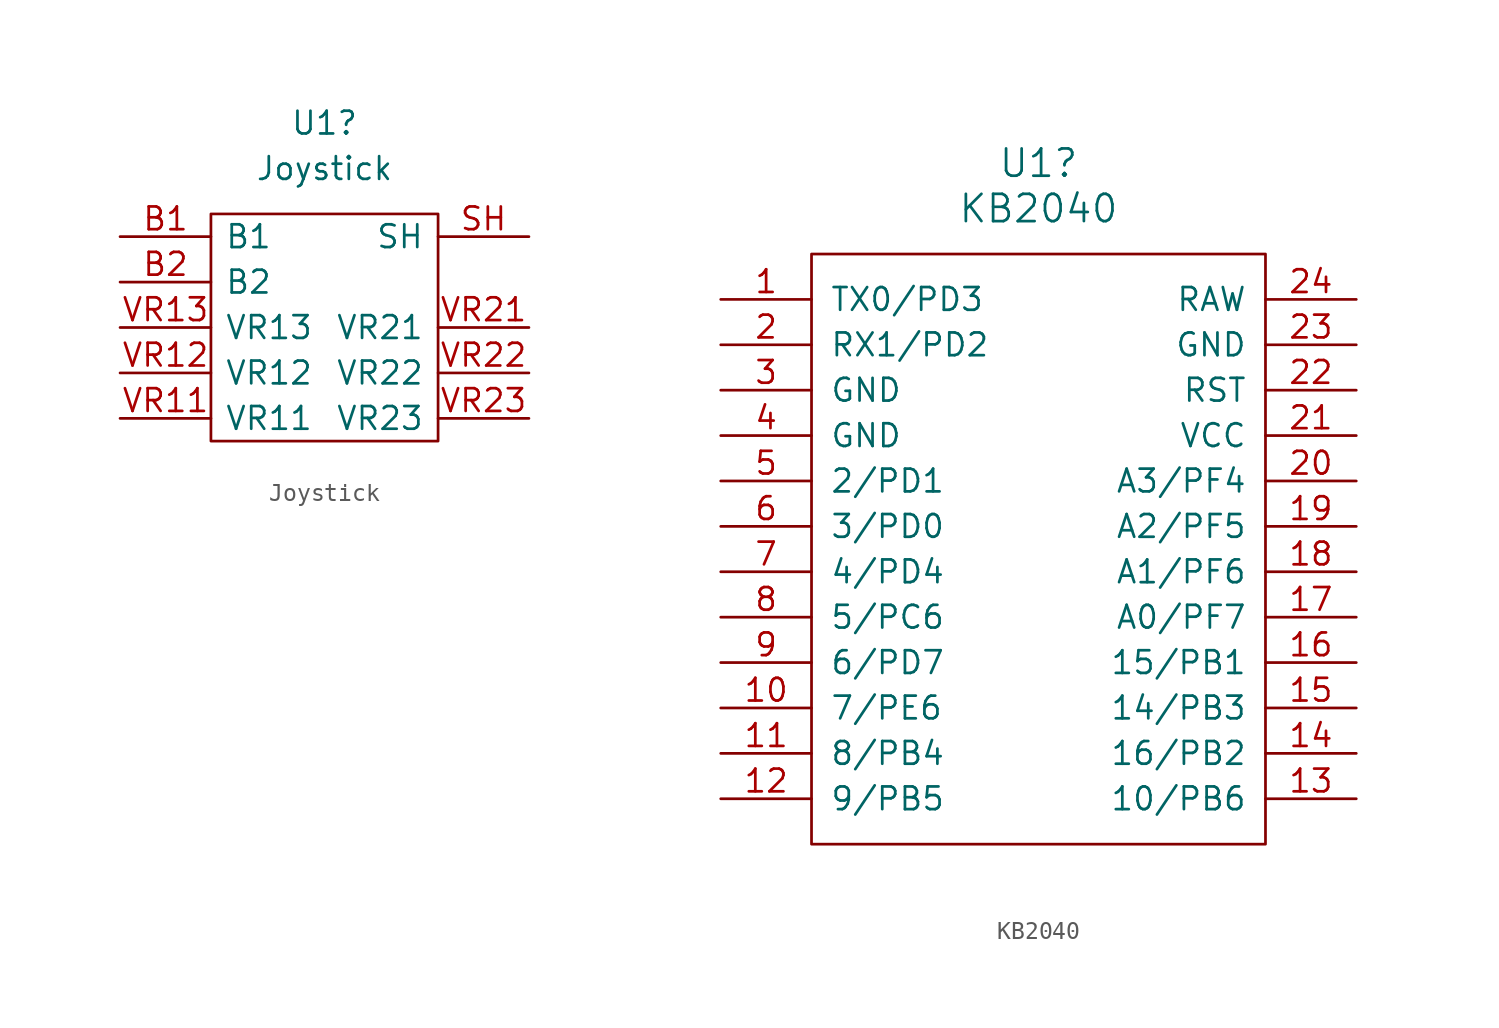
<source format=kicad_sym>
(kicad_symbol_lib
  (version 20220914)
  (generator kicad_symbol_editor)
  (symbol "Joystick"
    (pin_names
      (offset 0.762))
    (property "Reference" "U1"
      (at 0 11.43 0)
      (effects (font (size 1.27 1.27))))
    (property "Value" "Joystick"
      (at 0 8.89 0)
      (effects (font (size 1.27 1.27))))
    (symbol "Joystick_0_0"
      (pin passive line (at -11.43 -5.08 0) (length 5.08) (name "VR11" (effects (font (size 1.27 1.27)))) (number "VR11" (effects (font (size 1.27 1.27)))))
      (pin passive line (at -11.43 -2.54 0) (length 5.08) (name "VR12" (effects (font (size 1.27 1.27)))) (number "VR12" (effects (font (size 1.27 1.27)))))
      (pin passive line (at -11.43 0 0) (length 5.08) (name "VR13" (effects (font (size 1.27 1.27)))) (number "VR13" (effects (font (size 1.27 1.27)))))
      (pin passive line (at 11.43 0 180) (length 5.08) (name "VR21" (effects (font (size 1.27 1.27)))) (number "VR21" (effects (font (size 1.27 1.27)))))
      (pin passive line (at 11.43 -2.54 180) (length 5.08) (name "VR22" (effects (font (size 1.27 1.27)))) (number "VR22" (effects (font (size 1.27 1.27)))))
      (pin passive line (at 11.43 -5.08 180) (length 5.08) (name "VR23" (effects (font (size 1.27 1.27)))) (number "VR23" (effects (font (size 1.27 1.27))))))
    (symbol "Joystick_0_1"
      (polyline (pts (xy -6.35 6.35) (xy 6.35 6.35) (xy 6.35 -6.35) (xy -6.35 -6.35) (xy -6.35 6.35)) (stroke (width 0.152) (type solid)) (fill (type none))))
    (symbol "Joystick_1_0"
      (pin passive line (at -11.43 5.08 0) (length 5.08) (name "B1" (effects (font (size 1.27 1.27)))) (number "B1" (effects (font (size 1.27 1.27)))))
      (pin passive line (at -11.43 2.54 0) (length 5.08) (name "B2" (effects (font (size 1.27 1.27)))) (number "B2" (effects (font (size 1.27 1.27)))))
      (pin passive line (at 11.43 5.08 180) (length 5.08) (name "SH" (effects (font (size 1.27 1.27)))) (number "SH" (effects (font (size 1.27 1.27)))))))
  (symbol "KB2040"
    (pin_names
      (offset 1.016))
    (property "Reference" "U1"
      (at 0 21.59 0)
      (effects (font (size 1.524 1.524))))
    (property "Value" "KB2040"
      (at 0 19.05 0)
      (effects (font (size 1.524 1.524))))
    (symbol "KB2040_0_1"
      (rectangle (start -12.7 -16.51) (end 12.7 16.51) (stroke (width 0) (type default)) (fill (type none))))
    (symbol "KB2040_1_1"
      (pin input line (at -17.78 13.97 0) (length 5.08) (name "TX0/PD3" (effects (font (size 1.27 1.27)))) (number "1" (effects (font (size 1.27 1.27)))))
      (pin input line (at -17.78 -8.89 0) (length 5.08) (name "7/PE6" (effects (font (size 1.27 1.27)))) (number "10" (effects (font (size 1.27 1.27)))))
      (pin input line (at -17.78 -11.43 0) (length 5.08) (name "8/PB4" (effects (font (size 1.27 1.27)))) (number "11" (effects (font (size 1.27 1.27)))))
      (pin input line (at -17.78 -13.97 0) (length 5.08) (name "9/PB5" (effects (font (size 1.27 1.27)))) (number "12" (effects (font (size 1.27 1.27)))))
      (pin input line (at 17.78 -13.97 180) (length 5.08) (name "10/PB6" (effects (font (size 1.27 1.27)))) (number "13" (effects (font (size 1.27 1.27)))))
      (pin input line (at 17.78 -11.43 180) (length 5.08) (name "16/PB2" (effects (font (size 1.27 1.27)))) (number "14" (effects (font (size 1.27 1.27)))))
      (pin input line (at 17.78 -8.89 180) (length 5.08) (name "14/PB3" (effects (font (size 1.27 1.27)))) (number "15" (effects (font (size 1.27 1.27)))))
      (pin input line (at 17.78 -6.35 180) (length 5.08) (name "15/PB1" (effects (font (size 1.27 1.27)))) (number "16" (effects (font (size 1.27 1.27)))))
      (pin input line (at 17.78 -3.81 180) (length 5.08) (name "A0/PF7" (effects (font (size 1.27 1.27)))) (number "17" (effects (font (size 1.27 1.27)))))
      (pin input line (at 17.78 -1.27 180) (length 5.08) (name "A1/PF6" (effects (font (size 1.27 1.27)))) (number "18" (effects (font (size 1.27 1.27)))))
      (pin input line (at 17.78 1.27 180) (length 5.08) (name "A2/PF5" (effects (font (size 1.27 1.27)))) (number "19" (effects (font (size 1.27 1.27)))))
      (pin input line (at -17.78 11.43 0) (length 5.08) (name "RX1/PD2" (effects (font (size 1.27 1.27)))) (number "2" (effects (font (size 1.27 1.27)))))
      (pin input line (at 17.78 3.81 180) (length 5.08) (name "A3/PF4" (effects (font (size 1.27 1.27)))) (number "20" (effects (font (size 1.27 1.27)))))
      (pin input line (at 17.78 6.35 180) (length 5.08) (name "VCC" (effects (font (size 1.27 1.27)))) (number "21" (effects (font (size 1.27 1.27)))))
      (pin input line (at 17.78 8.89 180) (length 5.08) (name "RST" (effects (font (size 1.27 1.27)))) (number "22" (effects (font (size 1.27 1.27)))))
      (pin input line (at 17.78 11.43 180) (length 5.08) (name "GND" (effects (font (size 1.27 1.27)))) (number "23" (effects (font (size 1.27 1.27)))))
      (pin input line (at 17.78 13.97 180) (length 5.08) (name "RAW" (effects (font (size 1.27 1.27)))) (number "24" (effects (font (size 1.27 1.27)))))
      (pin input line (at -17.78 8.89 0) (length 5.08) (name "GND" (effects (font (size 1.27 1.27)))) (number "3" (effects (font (size 1.27 1.27)))))
      (pin input line (at -17.78 6.35 0) (length 5.08) (name "GND" (effects (font (size 1.27 1.27)))) (number "4" (effects (font (size 1.27 1.27)))))
      (pin input line (at -17.78 3.81 0) (length 5.08) (name "2/PD1" (effects (font (size 1.27 1.27)))) (number "5" (effects (font (size 1.27 1.27)))))
      (pin input line (at -17.78 1.27 0) (length 5.08) (name "3/PD0" (effects (font (size 1.27 1.27)))) (number "6" (effects (font (size 1.27 1.27)))))
      (pin input line (at -17.78 -1.27 0) (length 5.08) (name "4/PD4" (effects (font (size 1.27 1.27)))) (number "7" (effects (font (size 1.27 1.27)))))
      (pin input line (at -17.78 -3.81 0) (length 5.08) (name "5/PC6" (effects (font (size 1.27 1.27)))) (number "8" (effects (font (size 1.27 1.27)))))
      (pin input line (at -17.78 -6.35 0) (length 5.08) (name "6/PD7" (effects (font (size 1.27 1.27)))) (number "9" (effects (font (size 1.27 1.27))))))))
</source>
